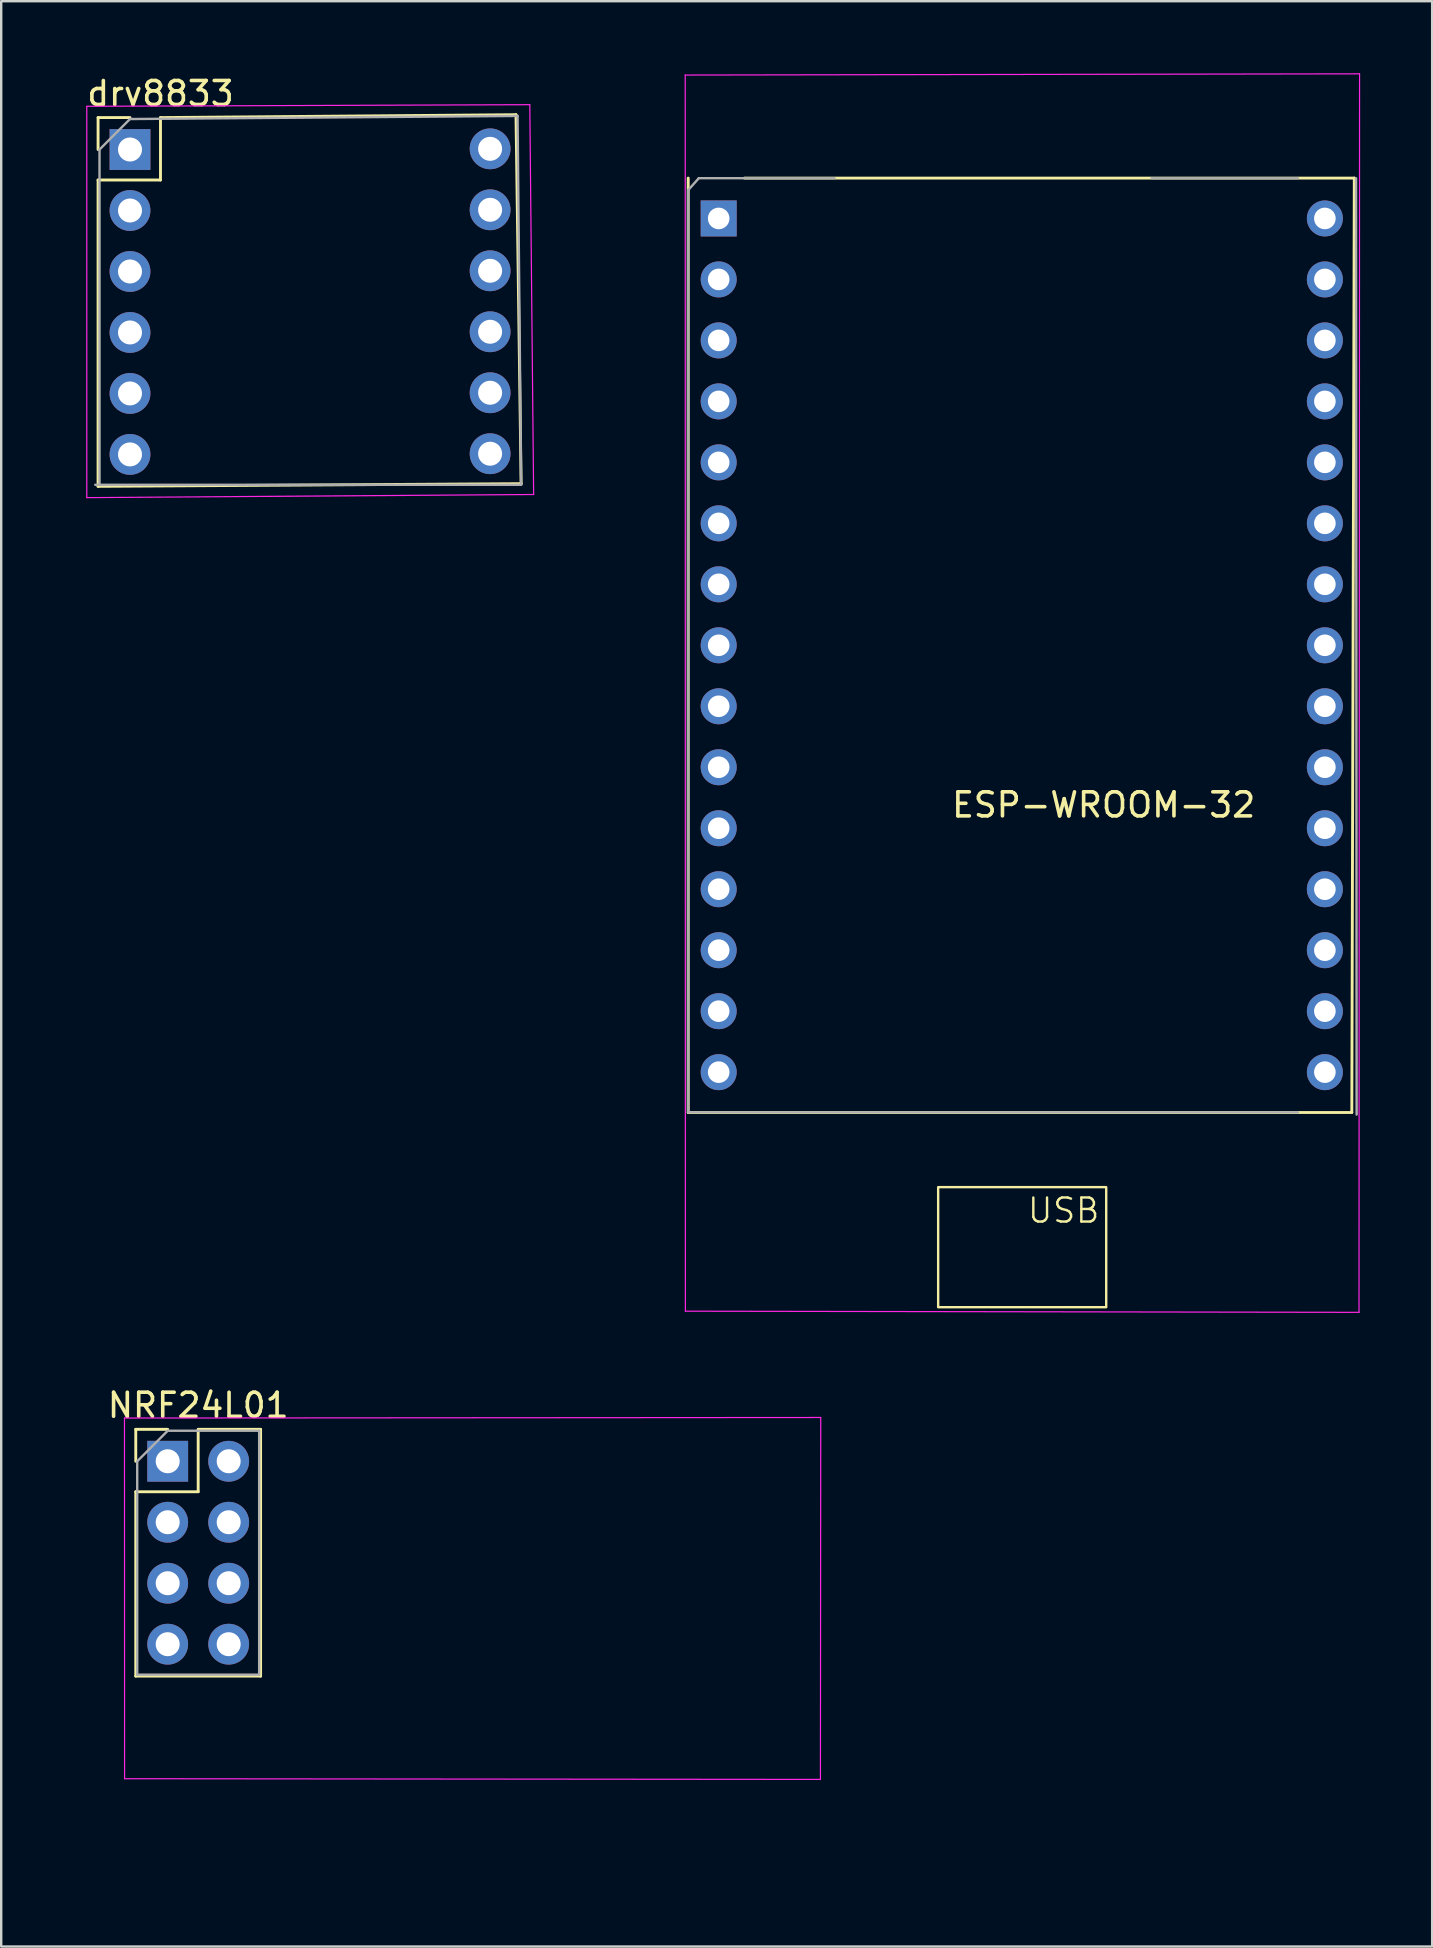
<source format=kicad_pcb>
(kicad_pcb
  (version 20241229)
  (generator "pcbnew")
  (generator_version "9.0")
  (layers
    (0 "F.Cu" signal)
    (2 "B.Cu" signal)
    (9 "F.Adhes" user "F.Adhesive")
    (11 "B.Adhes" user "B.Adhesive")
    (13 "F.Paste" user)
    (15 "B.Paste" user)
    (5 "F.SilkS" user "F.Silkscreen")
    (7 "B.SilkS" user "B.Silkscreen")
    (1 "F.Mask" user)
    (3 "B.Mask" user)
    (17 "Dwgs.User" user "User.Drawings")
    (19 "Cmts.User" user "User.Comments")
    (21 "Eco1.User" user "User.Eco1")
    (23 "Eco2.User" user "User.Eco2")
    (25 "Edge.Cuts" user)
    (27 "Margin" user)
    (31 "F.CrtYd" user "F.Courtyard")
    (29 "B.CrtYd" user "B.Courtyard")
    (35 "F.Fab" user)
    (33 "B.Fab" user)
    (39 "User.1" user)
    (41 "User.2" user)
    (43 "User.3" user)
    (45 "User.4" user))
  (footprint "drv8833"
    (layer "F.Cu")
    (at 0.25 17.848)
    (property "Reference" "drv8833" (at 3.385 -17 0) (layer "F.SilkS") (effects (font (size 1 1) (thickness 0.15))))
    (attr through_hole)
    (fp_line (start 0.785 -16) (end 2.115 -16) (stroke (width 0.12) (type solid)) (layer "F.SilkS"))
    (fp_line (start 0.785 -14.67) (end 0.785 -16) (stroke (width 0.12) (type solid)) (layer "F.SilkS"))
    (fp_line (start 0.785 -13.4) (end 0.785 -0.64) (stroke (width 0.12) (type solid)) (layer "F.SilkS"))
    (fp_line (start 0.785 -13.4) (end 3.385 -13.4) (stroke (width 0.12) (type solid)) (layer "F.SilkS"))
    (fp_line (start 0.785 -0.64) (end 18.407 -0.751) (stroke (width 0.12) (type solid)) (layer "F.SilkS"))
    (fp_line (start 3.385 -16) (end 18.193 -16.12) (stroke (width 0.12) (type solid)) (layer "F.SilkS"))
    (fp_line (start 3.385 -13.4) (end 3.385 -16) (stroke (width 0.12) (type solid)) (layer "F.SilkS"))
    (fp_line (start 18.193 -16.12) (end 18.407 -0.751) (stroke (width 0.12) (type solid)) (layer "F.SilkS"))
    (fp_line (start 0.315 -16.47) (end 0.315 -0.17) (stroke (width 0.05) (type solid)) (layer "F.CrtYd"))
    (fp_line (start 0.315 -0.17) (end 18.928 -0.3) (stroke (width 0.05) (type solid)) (layer "F.CrtYd"))
    (fp_line (start 18.768 -16.538) (end 0.315 -16.47) (stroke (width 0.05) (type solid)) (layer "F.CrtYd"))
    (fp_line (start 18.928 -0.3) (end 18.768 -16.538) (stroke (width 0.05) (type solid)) (layer "F.CrtYd"))
    (fp_line (start 0.845 -14.67) (end 2.115 -15.94) (stroke (width 0.1) (type solid)) (layer "F.Fab"))
    (fp_line (start 0.845 -0.7) (end 0.845 -14.67) (stroke (width 0.1) (type solid)) (layer "F.Fab"))
    (fp_line (start 2.115 -15.94) (end 18.258 -16.069) (stroke (width 0.1) (type solid)) (layer "F.Fab"))
    (fp_line (start 18.258 -16.069) (end 18.407 -0.705) (stroke (width 0.1) (type solid)) (layer "F.Fab"))
    (fp_line (start 18.407 -0.705) (end 0.667 -0.705) (stroke (width 0.1) (type solid)) (layer "F.Fab"))
    (pad "1" thru_hole rect (at 2.115 -14.67) (size 1.7 1.7) (drill 1) (layers "*.Cu" "*.Mask"))
    (pad "2" thru_hole oval (at 17.115 -14.699) (size 1.7 1.7) (drill 1) (layers "*.Cu" "*.Mask"))
    (pad "3" thru_hole oval (at 2.115 -12.13) (size 1.7 1.7) (drill 1) (layers "*.Cu" "*.Mask"))
    (pad "4" thru_hole oval (at 17.115 -12.159) (size 1.7 1.7) (drill 1) (layers "*.Cu" "*.Mask"))
    (pad "5" thru_hole oval (at 2.115 -9.59) (size 1.7 1.7) (drill 1) (layers "*.Cu" "*.Mask"))
    (pad "6" thru_hole oval (at 17.115 -9.619) (size 1.7 1.7) (drill 1) (layers "*.Cu" "*.Mask"))
    (pad "7" thru_hole oval (at 2.115 -7.05) (size 1.7 1.7) (drill 1) (layers "*.Cu" "*.Mask"))
    (pad "8" thru_hole oval (at 17.115 -7.079) (size 1.7 1.7) (drill 1) (layers "*.Cu" "*.Mask"))
    (pad "9" thru_hole oval (at 2.115 -4.51) (size 1.7 1.7) (drill 1) (layers "*.Cu" "*.Mask"))
    (pad "10" thru_hole oval (at 17.115 -4.539) (size 1.7 1.7) (drill 1) (layers "*.Cu" "*.Mask"))
    (pad "11" thru_hole oval (at 2.115 -1.97) (size 1.7 1.7) (drill 1) (layers "*.Cu" "*.Mask"))
    (pad "12" thru_hole oval (at 17.115 -1.999) (size 1.7 1.7) (drill 1) (layers "*.Cu" "*.Mask")))
  (footprint "NRF24L01"
    (layer "F.Cu")
    (at 0.25 74.78)
    (property "Reference" "NRF24L01" (at 4.955 -19.293 0) (layer "F.SilkS") (effects (font (size 1 1) (thickness 0.15))))
    (attr through_hole)
    (fp_line (start 2.355 -18.293) (end 3.685 -18.293) (stroke (width 0.12) (type solid)) (layer "F.SilkS"))
    (fp_line (start 2.355 -16.963) (end 2.355 -18.293) (stroke (width 0.12) (type solid)) (layer "F.SilkS"))
    (fp_line (start 2.355 -15.693) (end 2.355 -8.013) (stroke (width 0.12) (type solid)) (layer "F.SilkS"))
    (fp_line (start 2.355 -15.693) (end 4.955 -15.693) (stroke (width 0.12) (type solid)) (layer "F.SilkS"))
    (fp_line (start 2.355 -8.013) (end 7.555 -8.013) (stroke (width 0.12) (type solid)) (layer "F.SilkS"))
    (fp_line (start 4.955 -18.293) (end 7.555 -18.293) (stroke (width 0.12) (type solid)) (layer "F.SilkS"))
    (fp_line (start 4.955 -15.693) (end 4.955 -18.293) (stroke (width 0.12) (type solid)) (layer "F.SilkS"))
    (fp_line (start 7.555 -18.293) (end 7.555 -8.013) (stroke (width 0.12) (type solid)) (layer "F.SilkS"))
    (fp_line (start 1.885 -18.763) (end 1.889 -3.74) (stroke (width 0.05) (type solid)) (layer "F.CrtYd"))
    (fp_line (start 1.889 -3.74) (end 30.874 -3.71) (stroke (width 0.05) (type solid)) (layer "F.CrtYd"))
    (fp_line (start 30.874 -3.71) (end 30.887 -18.786) (stroke (width 0.05) (type solid)) (layer "F.CrtYd"))
    (fp_line (start 30.887 -18.786) (end 1.885 -18.763) (stroke (width 0.05) (type solid)) (layer "F.CrtYd"))
    (fp_line (start 2.415 -16.963) (end 3.685 -18.233) (stroke (width 0.1) (type solid)) (layer "F.Fab"))
    (fp_line (start 2.415 -8.073) (end 2.415 -16.963) (stroke (width 0.1) (type solid)) (layer "F.Fab"))
    (fp_line (start 3.685 -18.233) (end 7.495 -18.233) (stroke (width 0.1) (type solid)) (layer "F.Fab"))
    (fp_line (start 7.495 -18.233) (end 7.495 -8.073) (stroke (width 0.1) (type solid)) (layer "F.Fab"))
    (fp_line (start 7.495 -8.073) (end 2.415 -8.073) (stroke (width 0.1) (type solid)) (layer "F.Fab"))
    (pad "1" thru_hole rect (at 3.685 -16.963) (size 1.7 1.7) (drill 1) (layers "*.Cu" "*.Mask"))
    (pad "2" thru_hole oval (at 6.225 -16.963) (size 1.7 1.7) (drill 1) (layers "*.Cu" "*.Mask"))
    (pad "3" thru_hole oval (at 3.685 -14.423) (size 1.7 1.7) (drill 1) (layers "*.Cu" "*.Mask"))
    (pad "4" thru_hole oval (at 6.225 -14.423) (size 1.7 1.7) (drill 1) (layers "*.Cu" "*.Mask"))
    (pad "5" thru_hole oval (at 3.685 -11.883) (size 1.7 1.7) (drill 1) (layers "*.Cu" "*.Mask"))
    (pad "6" thru_hole oval (at 6.225 -11.883) (size 1.7 1.7) (drill 1) (layers "*.Cu" "*.Mask"))
    (pad "7" thru_hole oval (at 3.685 -9.343) (size 1.7 1.7) (drill 1) (layers "*.Cu" "*.Mask"))
    (pad "8" thru_hole oval (at 6.225 -9.343) (size 1.7 1.7) (drill 1) (layers "*.Cu" "*.Mask")))
  (footprint "ESP-WROOM-32"
    (layer "F.Cu")
    (at 22.453 44.323)
    (property "Reference" "ESP-WROOM-32" (at 20.468 -13.845 0) (unlocked yes) (layer "F.SilkS") (effects (font (size 1 1) (thickness 0.15))))
    (attr through_hole)
    (fp_line (start 3.163 -1.034) (end 3.163 -39.954) (stroke (width 0.12) (type solid)) (layer "F.SilkS"))
    (fp_line (start 5.508 -39.954) (end 30.909 -39.954) (stroke (width 0.12) (type solid)) (layer "F.SilkS"))
    (fp_line (start 30.805 -1.034) (end 3.163 -1.034) (stroke (width 0.12) (type solid)) (layer "F.SilkS"))
    (fp_line (start 30.909 -39.954) (end 30.805 -1.034) (stroke (width 0.12) (type solid)) (layer "F.SilkS"))
    (fp_rect (start 13.575 2.077) (end 20.575 7.077) (stroke (width 0.1) (type default)) (fill no) (layer "F.SilkS"))
    (fp_line (start 3.039 -44.247) (end 3.046 7.243) (stroke (width 0.05) (type solid)) (layer "F.CrtYd"))
    (fp_line (start 3.046 7.243) (end 31.105 7.291) (stroke (width 0.05) (type solid)) (layer "F.CrtYd"))
    (fp_line (start 31.105 7.291) (end 31.128 -44.298) (stroke (width 0.05) (type solid)) (layer "F.CrtYd"))
    (fp_line (start 31.128 -44.298) (end 3.039 -44.247) (stroke (width 0.05) (type solid)) (layer "F.CrtYd"))
    (fp_line (start 3.163 -39.454) (end 3.163 -1.039) (stroke (width 0.1) (type solid)) (layer "F.Fab"))
    (fp_line (start 3.163 -39.454) (end 3.603 -39.949) (stroke (width 0.1) (type solid)) (layer "F.Fab"))
    (fp_line (start 3.163 -1.039) (end 28.562 -1.039) (stroke (width 0.1) (type solid)) (layer "F.Fab"))
    (fp_line (start 9.262 -39.949) (end 3.603 -39.949) (stroke (width 0.1) (type solid)) (layer "F.Fab"))
    (fp_line (start 22.462 -39.949) (end 28.562 -39.949) (stroke (width 0.1) (type solid)) (layer "F.Fab"))
    (fp_line (start 31.006 -0.948) (end 30.982 -39.949) (stroke (width 0.1) (type solid)) (layer "F.Fab"))
    (fp_text user "USB" (at 17.235 3.635 0) (unlocked yes) (layer "F.SilkS") (effects (font (size 1 1) (thickness 0.1)) (justify left bottom)))
    (pad "1" thru_hole rect (at 4.433 -38.274) (size 1.5 1.5) (drill 0.9) (layers "*.Cu" "*.Mask") (remove_unused_layers yes) (keep_end_layers yes) (zone_layer_connections))
    (pad "2" thru_hole circle (at 4.433 -35.734) (size 1.5 1.5) (drill 0.9) (layers "*.Cu" "*.Mask") (remove_unused_layers yes) (keep_end_layers yes) (zone_layer_connections))
    (pad "3" thru_hole circle (at 4.433 -33.194) (size 1.5 1.5) (drill 0.9) (layers "*.Cu" "*.Mask") (remove_unused_layers yes) (keep_end_layers yes) (zone_layer_connections))
    (pad "4" thru_hole circle (at 4.433 -30.654) (size 1.5 1.5) (drill 0.9) (layers "*.Cu" "*.Mask") (remove_unused_layers yes) (keep_end_layers yes) (zone_layer_connections))
    (pad "5" thru_hole circle (at 4.433 -28.114) (size 1.5 1.5) (drill 0.9) (layers "*.Cu" "*.Mask") (remove_unused_layers yes) (keep_end_layers yes) (zone_layer_connections))
    (pad "6" thru_hole circle (at 4.433 -25.574) (size 1.5 1.5) (drill 0.9) (layers "*.Cu" "*.Mask") (remove_unused_layers yes) (keep_end_layers yes) (zone_layer_connections))
    (pad "7" thru_hole circle (at 4.433 -23.034) (size 1.5 1.5) (drill 0.9) (layers "*.Cu" "*.Mask") (remove_unused_layers yes) (keep_end_layers yes) (zone_layer_connections))
    (pad "8" thru_hole circle (at 4.433 -20.494) (size 1.5 1.5) (drill 0.9) (layers "*.Cu" "*.Mask") (remove_unused_layers yes) (keep_end_layers yes) (zone_layer_connections))
    (pad "9" thru_hole circle (at 4.433 -17.954) (size 1.5 1.5) (drill 0.9) (layers "*.Cu" "*.Mask") (remove_unused_layers yes) (keep_end_layers yes) (zone_layer_connections))
    (pad "10" thru_hole circle (at 4.433 -15.414) (size 1.5 1.5) (drill 0.9) (layers "*.Cu" "*.Mask") (remove_unused_layers yes) (keep_end_layers yes) (zone_layer_connections))
    (pad "11" thru_hole circle (at 4.433 -12.874) (size 1.5 1.5) (drill 0.9) (layers "*.Cu" "*.Mask") (remove_unused_layers yes) (keep_end_layers yes) (zone_layer_connections))
    (pad "12" thru_hole circle (at 4.433 -10.334) (size 1.5 1.5) (drill 0.9) (layers "*.Cu" "*.Mask") (remove_unused_layers yes) (keep_end_layers yes) (zone_layer_connections))
    (pad "13" thru_hole circle (at 4.433 -7.794) (size 1.5 1.5) (drill 0.9) (layers "*.Cu" "*.Mask") (remove_unused_layers yes) (keep_end_layers yes) (zone_layer_connections))
    (pad "14" thru_hole circle (at 4.433 -5.254) (size 1.5 1.5) (drill 0.9) (layers "*.Cu" "*.Mask") (remove_unused_layers yes) (keep_end_layers yes) (zone_layer_connections))
    (pad "15" thru_hole circle (at 4.433 -2.714) (size 1.5 1.5) (drill 0.9) (layers "*.Cu" "*.Mask") (remove_unused_layers yes) (keep_end_layers yes) (zone_layer_connections))
    (pad "16" thru_hole circle (at 29.683 -2.714) (size 1.5 1.5) (drill 0.9) (layers "*.Cu" "*.Mask") (remove_unused_layers yes) (keep_end_layers yes) (zone_layer_connections))
    (pad "17" thru_hole circle (at 29.683 -5.254) (size 1.5 1.5) (drill 0.9) (layers "*.Cu" "*.Mask") (remove_unused_layers yes) (keep_end_layers yes) (zone_layer_connections))
    (pad "18" thru_hole circle (at 29.683 -7.794) (size 1.5 1.5) (drill 0.9) (layers "*.Cu" "*.Mask") (remove_unused_layers yes) (keep_end_layers yes) (zone_layer_connections))
    (pad "19" thru_hole circle (at 29.683 -10.334) (size 1.5 1.5) (drill 0.9) (layers "*.Cu" "*.Mask") (remove_unused_layers yes) (keep_end_layers yes) (zone_layer_connections))
    (pad "20" thru_hole circle (at 29.683 -12.874) (size 1.5 1.5) (drill 0.9) (layers "*.Cu" "*.Mask") (remove_unused_layers yes) (keep_end_layers yes) (zone_layer_connections))
    (pad "21" thru_hole circle (at 29.683 -15.414) (size 1.5 1.5) (drill 0.9) (layers "*.Cu" "*.Mask") (remove_unused_layers yes) (keep_end_layers yes) (zone_layer_connections))
    (pad "22" thru_hole circle (at 29.683 -17.954) (size 1.5 1.5) (drill 0.9) (layers "*.Cu" "*.Mask") (remove_unused_layers yes) (keep_end_layers yes) (zone_layer_connections))
    (pad "23" thru_hole circle (at 29.683 -20.494) (size 1.5 1.5) (drill 0.9) (layers "*.Cu" "*.Mask") (remove_unused_layers yes) (keep_end_layers yes) (zone_layer_connections))
    (pad "24" thru_hole circle (at 29.683 -23.034) (size 1.5 1.5) (drill 0.9) (layers "*.Cu" "*.Mask") (remove_unused_layers yes) (keep_end_layers yes) (zone_layer_connections))
    (pad "25" thru_hole circle (at 29.683 -25.574) (size 1.5 1.5) (drill 0.9) (layers "*.Cu" "*.Mask") (remove_unused_layers yes) (keep_end_layers yes) (zone_layer_connections))
    (pad "26" thru_hole circle (at 29.683 -28.114) (size 1.5 1.5) (drill 0.9) (layers "*.Cu" "*.Mask") (remove_unused_layers yes) (keep_end_layers yes) (zone_layer_connections))
    (pad "27" thru_hole circle (at 29.683 -30.654) (size 1.5 1.5) (drill 0.9) (layers "*.Cu" "*.Mask") (remove_unused_layers yes) (keep_end_layers yes) (zone_layer_connections))
    (pad "28" thru_hole circle (at 29.683 -33.194) (size 1.5 1.5) (drill 0.9) (layers "*.Cu" "*.Mask") (remove_unused_layers yes) (keep_end_layers yes) (zone_layer_connections))
    (pad "29" thru_hole circle (at 29.683 -35.734) (size 1.5 1.5) (drill 0.9) (layers "*.Cu" "*.Mask") (remove_unused_layers yes) (keep_end_layers yes) (zone_layer_connections))
    (pad "30" thru_hole circle (at 29.683 -38.274) (size 1.5 1.5) (drill 0.9) (layers "*.Cu" "*.Mask") (remove_unused_layers yes) (keep_end_layers yes) (zone_layer_connections)))
  (gr_rect
    (start -3 -3)
    (end 56.605 78.03)
    (stroke (width 0.1) (type default))
    (fill no)
    (layer "Edge.Cuts")))
</source>
